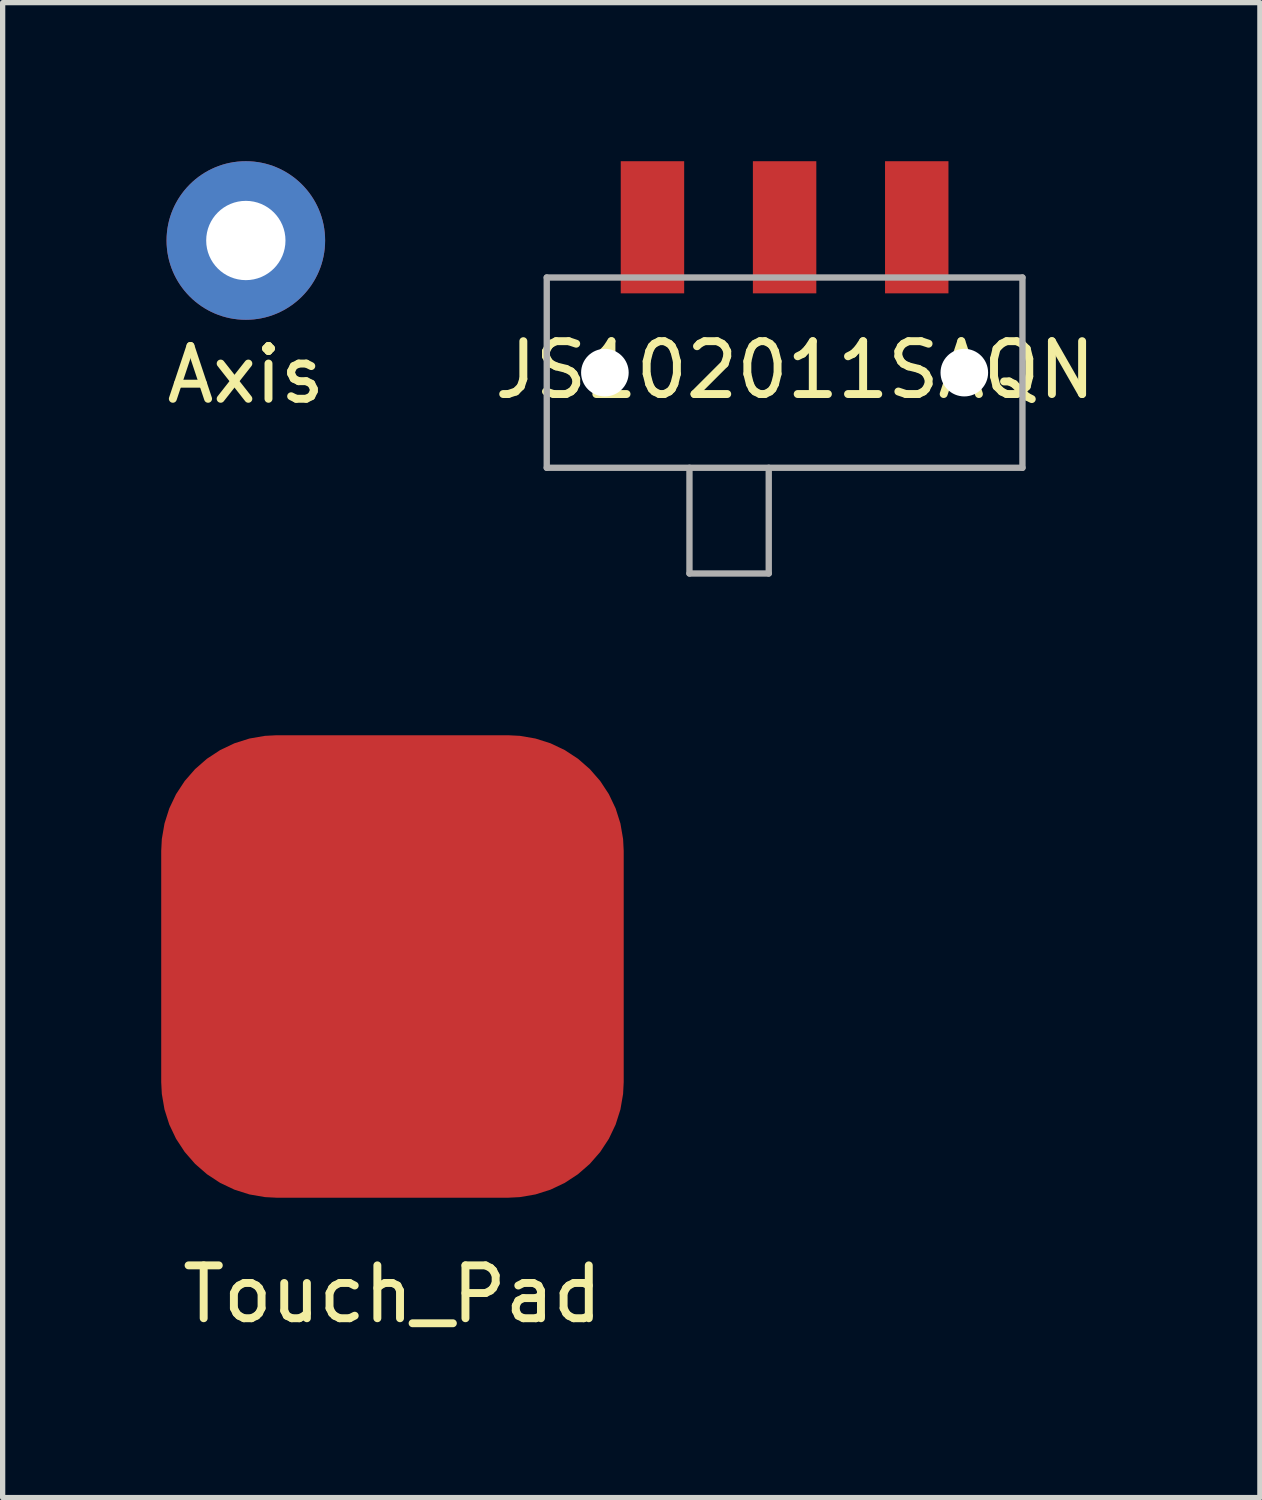
<source format=kicad_pcb>
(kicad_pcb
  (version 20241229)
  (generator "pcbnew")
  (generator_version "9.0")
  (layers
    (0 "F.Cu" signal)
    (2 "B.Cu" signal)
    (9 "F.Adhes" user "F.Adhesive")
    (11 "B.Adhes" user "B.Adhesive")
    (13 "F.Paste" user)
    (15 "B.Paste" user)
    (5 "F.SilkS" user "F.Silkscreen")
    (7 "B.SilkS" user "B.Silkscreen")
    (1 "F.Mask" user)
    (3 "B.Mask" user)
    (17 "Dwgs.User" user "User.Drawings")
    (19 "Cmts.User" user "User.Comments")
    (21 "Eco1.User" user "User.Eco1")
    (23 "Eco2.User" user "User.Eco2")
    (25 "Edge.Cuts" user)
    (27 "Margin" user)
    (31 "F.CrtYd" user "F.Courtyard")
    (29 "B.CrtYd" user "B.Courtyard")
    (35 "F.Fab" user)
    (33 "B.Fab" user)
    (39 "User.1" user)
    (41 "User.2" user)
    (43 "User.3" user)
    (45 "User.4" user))
  (footprint "Axis"
    (layer "F.Cu")
    (at 1.601 1.5)
    (property "Reference" "Axis" (at 0 2.54 0) (layer "F.SilkS") (effects (font (size 1 1) (thickness 0.15))))
    (attr through_hole)
    (pad "1" thru_hole circle (at 0 0) (size 3 3) (drill 1.5) (layers "*.Cu" "*.Mask")))
  (footprint "Touch_Pad"
    (layer "F.Cu")
    (at 4.375 15.235)
    (property "Reference" "Touch_Pad" (at 0 6.2 0) (layer "F.SilkS") (effects (font (size 1 1) (thickness 0.15))))
    (attr through_hole)
    (pad "1" smd roundrect (at 0 0) (size 8.75 8.75) (layers "F.Cu" "F.Mask" "F.Paste") (roundrect_rratio 0.25)))
  (footprint "JS102011SAQN"
    (layer "F.Cu")
    (at 11.794 1.25)
    (property "Reference" "JS102011SAQN" (at 0.2 2.7 0) (layer "F.SilkS") (effects (font (size 1 1) (thickness 0.15))))
    (attr through_hole)
    (fp_line (start -4.5 0.95) (end 4.5 0.95) (stroke (width 0.12) (type solid)) (layer "F.Fab"))
    (fp_line (start -4.5 4.55) (end -4.5 0.95) (stroke (width 0.12) (type solid)) (layer "F.Fab"))
    (fp_line (start -1.8 6.55) (end -1.8 4.55) (stroke (width 0.12) (type solid)) (layer "F.Fab"))
    (fp_line (start -0.3 4.55) (end -0.3 6.55) (stroke (width 0.12) (type solid)) (layer "F.Fab"))
    (fp_line (start -0.3 6.55) (end -1.8 6.55) (stroke (width 0.12) (type solid)) (layer "F.Fab"))
    (fp_line (start 4.5 0.95) (end 4.5 4.55) (stroke (width 0.12) (type solid)) (layer "F.Fab"))
    (fp_line (start 4.5 4.55) (end -4.5 4.55) (stroke (width 0.12) (type solid)) (layer "F.Fab"))
    (pad "" np_thru_hole circle (at -3.4 2.75) (size 0.9 0.9) (drill 0.9) (layers "*.Cu" "*.Mask"))
    (pad "" np_thru_hole circle (at 3.4 2.75) (size 0.9 0.9) (drill 0.9) (layers "*.Cu" "*.Mask"))
    (pad "1" smd rect (at -2.5 0) (size 1.2 2.5) (layers "F.Cu" "F.Mask" "F.Paste"))
    (pad "2" smd rect (at 0 0) (size 1.2 2.5) (layers "F.Cu" "F.Mask" "F.Paste"))
    (pad "3" smd rect (at 2.5 0) (size 1.2 2.5) (layers "F.Cu" "F.Mask" "F.Paste")))
  (gr_rect
    (start -3 -3)
    (end 20.786 25.283)
    (stroke (width 0.1) (type default))
    (fill no)
    (layer "Edge.Cuts")))
</source>
